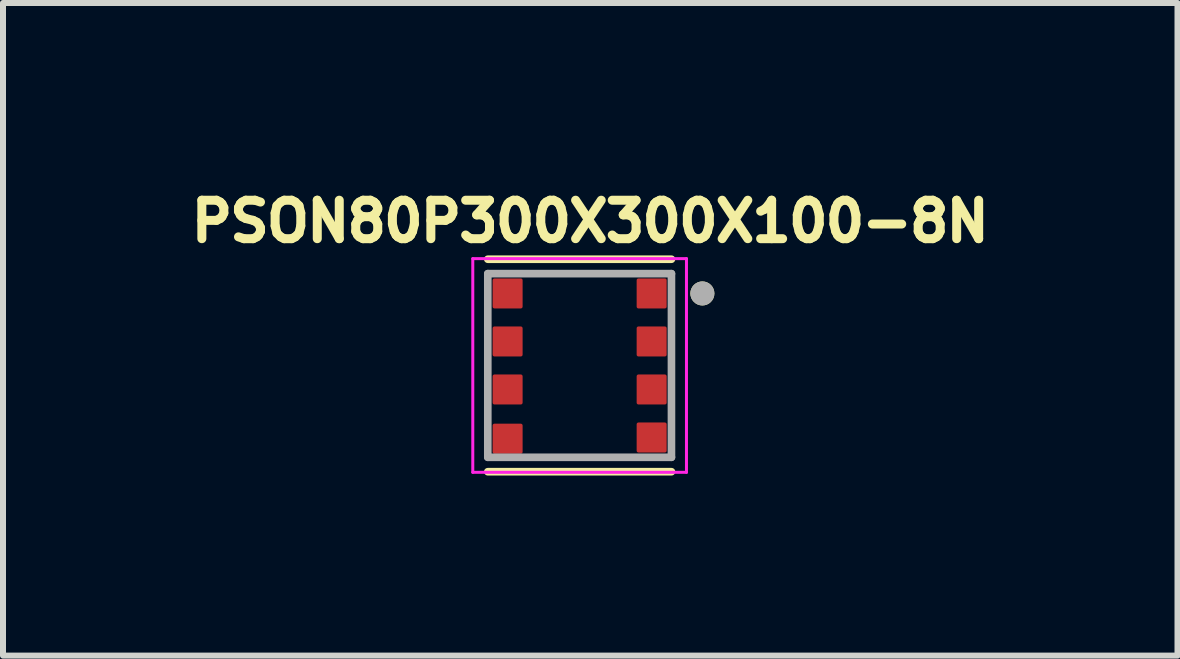
<source format=kicad_pcb>
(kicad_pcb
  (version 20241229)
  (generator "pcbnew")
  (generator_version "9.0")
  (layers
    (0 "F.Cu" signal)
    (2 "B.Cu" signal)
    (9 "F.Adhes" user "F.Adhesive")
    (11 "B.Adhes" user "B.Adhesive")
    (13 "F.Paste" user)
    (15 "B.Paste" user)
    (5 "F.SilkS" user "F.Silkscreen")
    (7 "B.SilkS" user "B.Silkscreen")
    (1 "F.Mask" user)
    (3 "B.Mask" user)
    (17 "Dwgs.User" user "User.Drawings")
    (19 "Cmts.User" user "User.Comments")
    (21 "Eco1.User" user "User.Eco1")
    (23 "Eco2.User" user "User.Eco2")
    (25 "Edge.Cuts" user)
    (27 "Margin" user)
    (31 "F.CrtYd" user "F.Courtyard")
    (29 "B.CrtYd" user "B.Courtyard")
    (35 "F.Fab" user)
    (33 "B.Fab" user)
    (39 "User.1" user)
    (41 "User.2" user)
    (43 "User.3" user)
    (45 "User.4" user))
  (footprint "PSON80P300X300X100-8N"
    (layer "F.Cu")
    (at 6.607 3.039)
    (property "Reference" "PSON80P300X300X100-8N" (at 0.177 -2.401 0) (layer "F.SilkS") (effects (font (size 0.641 0.641) (thickness 0.15))))
    (attr smd)
    (fp_line (start -1.53 1.77) (end 1.53 1.77) (stroke (width 0.127) (type solid)) (layer "F.SilkS"))
    (fp_line (start 1.53 -1.77) (end -1.53 -1.77) (stroke (width 0.127) (type solid)) (layer "F.SilkS"))
    (fp_circle (center 2.045 -1.2) (end 2.145 -1.2) (stroke (width 0.2) (type solid)) (fill no) (layer "F.SilkS"))
    (fp_line (start -1.78 -1.78) (end 1.78 -1.78) (stroke (width 0.05) (type solid)) (layer "F.CrtYd"))
    (fp_line (start -1.78 1.78) (end -1.78 -1.78) (stroke (width 0.05) (type solid)) (layer "F.CrtYd"))
    (fp_line (start 1.78 -1.78) (end 1.78 1.78) (stroke (width 0.05) (type solid)) (layer "F.CrtYd"))
    (fp_line (start 1.78 1.78) (end -1.78 1.78) (stroke (width 0.05) (type solid)) (layer "F.CrtYd"))
    (fp_line (start -1.53 -1.53) (end -1.53 1.53) (stroke (width 0.127) (type solid)) (layer "F.Fab"))
    (fp_line (start -1.53 1.53) (end 1.53 1.53) (stroke (width 0.127) (type solid)) (layer "F.Fab"))
    (fp_line (start 1.53 -1.53) (end -1.53 -1.53) (stroke (width 0.127) (type solid)) (layer "F.Fab"))
    (fp_line (start 1.53 1.53) (end 1.53 -1.53) (stroke (width 0.127) (type solid)) (layer "F.Fab"))
    (fp_circle (center 2.045 -1.2) (end 2.145 -1.2) (stroke (width 0.2) (type solid)) (fill no) (layer "F.Fab"))
    (pad "1" smd roundrect (at 1.2 -1.2) (size 0.5 0.5) (layers "F.Cu" "F.Mask" "F.Paste") (roundrect_rratio 0.06))
    (pad "2" smd roundrect (at 1.2 -0.4) (size 0.5 0.5) (layers "F.Cu" "F.Mask" "F.Paste") (roundrect_rratio 0.06))
    (pad "3" smd roundrect (at 1.2 0.4) (size 0.5 0.5) (layers "F.Cu" "F.Mask" "F.Paste") (roundrect_rratio 0.06))
    (pad "4" smd roundrect (at 1.2 1.2) (size 0.5 0.5) (layers "F.Cu" "F.Mask" "F.Paste") (roundrect_rratio 0.06))
    (pad "5" smd roundrect (at -1.2 1.22) (size 0.5 0.5) (layers "F.Cu" "F.Mask" "F.Paste") (roundrect_rratio 0.06))
    (pad "6" smd roundrect (at -1.2 0.4) (size 0.5 0.5) (layers "F.Cu" "F.Mask" "F.Paste") (roundrect_rratio 0.06))
    (pad "7" smd roundrect (at -1.2 -0.4) (size 0.5 0.5) (layers "F.Cu" "F.Mask" "F.Paste") (roundrect_rratio 0.06))
    (pad "8" smd roundrect (at -1.2 -1.2) (size 0.5 0.5) (layers "F.Cu" "F.Mask" "F.Paste") (roundrect_rratio 0.06)))
  (gr_rect
    (start -3 -3)
    (end 16.568 7.873)
    (stroke (width 0.1) (type default))
    (fill no)
    (layer "Edge.Cuts")))
</source>
